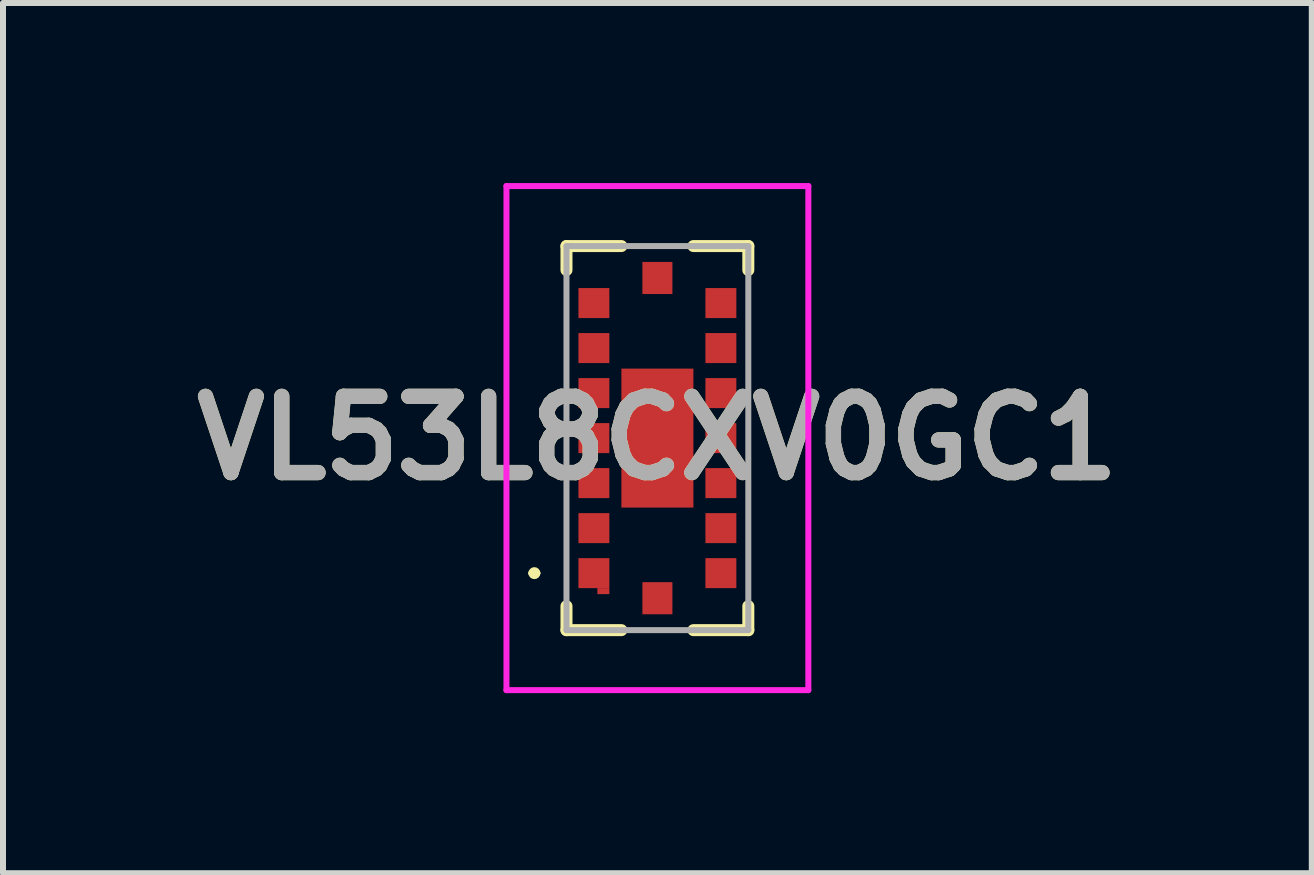
<source format=kicad_pcb>
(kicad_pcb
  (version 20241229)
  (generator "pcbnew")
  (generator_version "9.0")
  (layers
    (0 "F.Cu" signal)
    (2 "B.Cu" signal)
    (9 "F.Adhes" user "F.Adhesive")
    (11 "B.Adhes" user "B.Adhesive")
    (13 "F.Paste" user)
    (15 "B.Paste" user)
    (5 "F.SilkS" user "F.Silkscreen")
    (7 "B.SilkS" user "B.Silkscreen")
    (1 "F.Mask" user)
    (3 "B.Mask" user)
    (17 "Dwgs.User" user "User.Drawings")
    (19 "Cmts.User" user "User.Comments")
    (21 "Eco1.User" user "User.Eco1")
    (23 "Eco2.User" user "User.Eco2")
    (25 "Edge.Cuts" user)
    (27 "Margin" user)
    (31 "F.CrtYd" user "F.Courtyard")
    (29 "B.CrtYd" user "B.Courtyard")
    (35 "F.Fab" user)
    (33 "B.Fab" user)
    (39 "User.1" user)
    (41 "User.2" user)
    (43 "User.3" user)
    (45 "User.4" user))
  (footprint "VL53L8CXV0GC1"
    (layer "F.Cu")
    (at 7.904 4.25)
    (property "Reference" "VL53L8CXV0GC1" (at 0 0 0) (layer "F.SilkS") (effects (font (size 1.27 1.27) (thickness 0.254))))
    (attr smd)
    (fp_line (start -2.1 2.25) (end -2.1 2.25) (stroke (width 0.1) (type solid)) (layer "F.SilkS"))
    (fp_line (start -2 2.25) (end -2 2.25) (stroke (width 0.1) (type solid)) (layer "F.SilkS"))
    (fp_line (start -1.515 -3.2) (end -0.6 -3.2) (stroke (width 0.2) (type solid)) (layer "F.SilkS"))
    (fp_line (start -1.515 -2.8) (end -1.515 -3.2) (stroke (width 0.2) (type solid)) (layer "F.SilkS"))
    (fp_line (start -1.515 2.8) (end -1.515 3.2) (stroke (width 0.2) (type solid)) (layer "F.SilkS"))
    (fp_line (start -1.515 3.2) (end -0.6 3.2) (stroke (width 0.2) (type solid)) (layer "F.SilkS"))
    (fp_line (start 0.6 -3.2) (end 1.515 -3.2) (stroke (width 0.2) (type solid)) (layer "F.SilkS"))
    (fp_line (start 1.515 -3.2) (end 1.515 -2.8) (stroke (width 0.2) (type solid)) (layer "F.SilkS"))
    (fp_line (start 1.515 2.8) (end 1.515 3.2) (stroke (width 0.2) (type solid)) (layer "F.SilkS"))
    (fp_line (start 1.515 3.2) (end 0.6 3.2) (stroke (width 0.2) (type solid)) (layer "F.SilkS"))
    (fp_arc (start -2.1 2.25) (mid -2.05 2.2) (end -2 2.25) (stroke (width 0.1) (type solid)) (layer "F.SilkS"))
    (fp_arc (start -2 2.25) (mid -2.05 2.3) (end -2.1 2.25) (stroke (width 0.1) (type solid)) (layer "F.SilkS"))
    (fp_line (start -2.515 -4.2) (end 2.515 -4.2) (stroke (width 0.1) (type solid)) (layer "F.CrtYd"))
    (fp_line (start -2.515 4.2) (end -2.515 -4.2) (stroke (width 0.1) (type solid)) (layer "F.CrtYd"))
    (fp_line (start 2.515 -4.2) (end 2.515 4.2) (stroke (width 0.1) (type solid)) (layer "F.CrtYd"))
    (fp_line (start 2.515 4.2) (end -2.515 4.2) (stroke (width 0.1) (type solid)) (layer "F.CrtYd"))
    (fp_line (start -1.515 -3.2) (end -1.515 3.2) (stroke (width 0.1) (type solid)) (layer "F.Fab"))
    (fp_line (start -1.515 3.2) (end 1.515 3.2) (stroke (width 0.1) (type solid)) (layer "F.Fab"))
    (fp_line (start 1.515 -3.2) (end -1.515 -3.2) (stroke (width 0.1) (type solid)) (layer "F.Fab"))
    (fp_line (start 1.515 3.2) (end 1.515 -3.2) (stroke (width 0.1) (type solid)) (layer "F.Fab"))
    (fp_text user "${REFERENCE}" (at 0 0 0) (layer "F.Fab") (effects (font (size 1.27 1.27) (thickness 0.254))))
    (pad "1" smd rect (at -0.9 2.55 90) (size 0.1 0.2) (layers "F.Cu" "F.Mask" "F.Paste"))
    (pad "A1" smd rect (at -1.058 2.25 90) (size 0.5 0.515) (layers "F.Cu" "F.Mask" "F.Paste"))
    (pad "A2" smd rect (at -1.058 1.5 90) (size 0.5 0.515) (layers "F.Cu" "F.Mask" "F.Paste"))
    (pad "A3" smd rect (at -1.058 0.75 90) (size 0.5 0.515) (layers "F.Cu" "F.Mask" "F.Paste"))
    (pad "A4" smd rect (at -1.058 0 90) (size 0.5 0.515) (layers "F.Cu" "F.Mask" "F.Paste"))
    (pad "A5" smd rect (at -1.058 -0.75 90) (size 0.5 0.515) (layers "F.Cu" "F.Mask" "F.Paste"))
    (pad "A6" smd rect (at -1.058 -1.5 90) (size 0.5 0.515) (layers "F.Cu" "F.Mask" "F.Paste"))
    (pad "A7" smd rect (at -1.058 -2.25 90) (size 0.5 0.515) (layers "F.Cu" "F.Mask" "F.Paste"))
    (pad "B1" smd rect (at 0 2.668) (size 0.5 0.535) (layers "F.Cu" "F.Mask" "F.Paste"))
    (pad "B4" smd rect (at 0 0) (size 1.2 2.316) (layers "F.Cu" "F.Mask" "F.Paste"))
    (pad "B7" smd rect (at 0 -2.668) (size 0.5 0.535) (layers "F.Cu" "F.Mask" "F.Paste"))
    (pad "C1" smd rect (at 1.058 2.25 90) (size 0.5 0.515) (layers "F.Cu" "F.Mask" "F.Paste"))
    (pad "C2" smd rect (at 1.058 1.5 90) (size 0.5 0.515) (layers "F.Cu" "F.Mask" "F.Paste"))
    (pad "C3" smd rect (at 1.058 0.75 90) (size 0.5 0.515) (layers "F.Cu" "F.Mask" "F.Paste"))
    (pad "C4" smd rect (at 1.058 0 90) (size 0.5 0.515) (layers "F.Cu" "F.Mask" "F.Paste"))
    (pad "C5" smd rect (at 1.058 -0.75 90) (size 0.5 0.515) (layers "F.Cu" "F.Mask" "F.Paste"))
    (pad "C6" smd rect (at 1.058 -1.5 90) (size 0.5 0.515) (layers "F.Cu" "F.Mask" "F.Paste"))
    (pad "C7" smd rect (at 1.058 -2.25 90) (size 0.5 0.515) (layers "F.Cu" "F.Mask" "F.Paste")))
  (gr_rect
    (start -3 -3)
    (end 18.808 11.5)
    (stroke (width 0.1) (type default))
    (fill no)
    (layer "Edge.Cuts")))
</source>
